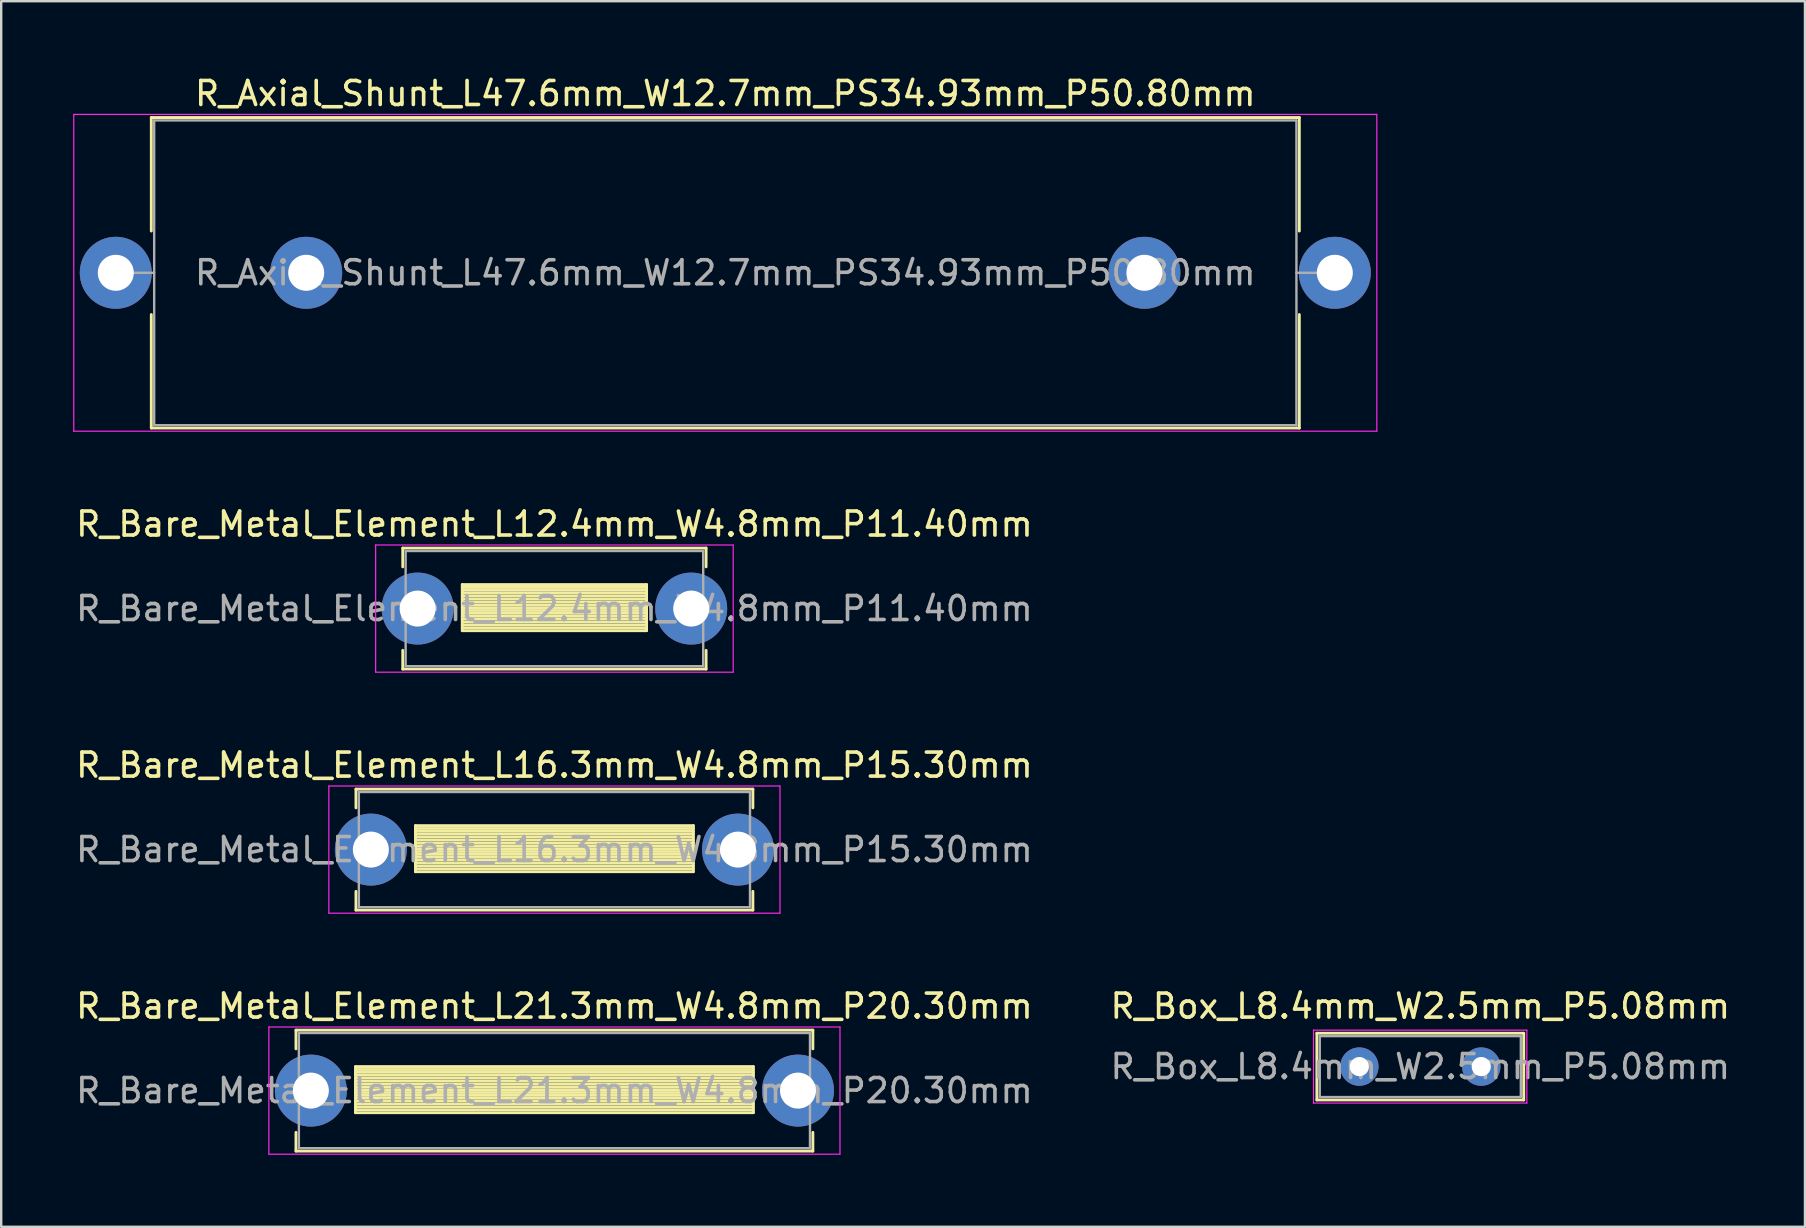
<source format=kicad_pcb>
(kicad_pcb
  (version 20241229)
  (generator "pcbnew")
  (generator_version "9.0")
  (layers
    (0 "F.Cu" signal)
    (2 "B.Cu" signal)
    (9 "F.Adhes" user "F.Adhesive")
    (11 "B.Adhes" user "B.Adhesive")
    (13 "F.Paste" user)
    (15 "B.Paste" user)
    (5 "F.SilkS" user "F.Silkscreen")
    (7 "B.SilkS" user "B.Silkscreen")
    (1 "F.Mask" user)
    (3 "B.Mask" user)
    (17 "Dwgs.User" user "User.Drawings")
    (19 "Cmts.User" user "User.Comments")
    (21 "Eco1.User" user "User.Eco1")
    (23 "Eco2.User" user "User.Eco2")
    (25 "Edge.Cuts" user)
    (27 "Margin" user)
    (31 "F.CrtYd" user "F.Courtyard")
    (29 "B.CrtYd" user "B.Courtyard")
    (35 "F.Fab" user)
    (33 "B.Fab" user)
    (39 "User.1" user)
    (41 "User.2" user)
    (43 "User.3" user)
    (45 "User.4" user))
  (footprint "R_Bare_Metal_Element_L16.3mm_W4.8mm_P15.30mm"
    (layer "F.Cu")
    (at 12.404 32.355)
    (property "Reference" "R_Bare_Metal_Element_L16.3mm_W4.8mm_P15.30mm" (at 7.65 -3.52 0) (layer "F.SilkS") (effects (font (size 1 1) (thickness 0.15))))
    (attr through_hole)
    (fp_line (start -0.62 -2.52) (end 15.92 -2.52) (stroke (width 0.12) (type solid)) (layer "F.SilkS"))
    (fp_line (start -0.62 -1.74) (end -0.62 -2.52) (stroke (width 0.12) (type solid)) (layer "F.SilkS"))
    (fp_line (start -0.62 1.74) (end -0.62 2.52) (stroke (width 0.12) (type solid)) (layer "F.SilkS"))
    (fp_line (start -0.62 2.52) (end 15.92 2.52) (stroke (width 0.12) (type solid)) (layer "F.SilkS"))
    (fp_line (start 1.86 -1) (end 1.86 0.92) (stroke (width 0.12) (type solid)) (layer "F.SilkS"))
    (fp_line (start 1.86 -1) (end 13.44 -1) (stroke (width 0.12) (type solid)) (layer "F.SilkS"))
    (fp_line (start 1.86 -0.88) (end 13.44 -0.88) (stroke (width 0.12) (type solid)) (layer "F.SilkS"))
    (fp_line (start 1.86 -0.76) (end 13.44 -0.76) (stroke (width 0.12) (type solid)) (layer "F.SilkS"))
    (fp_line (start 1.86 -0.64) (end 13.44 -0.64) (stroke (width 0.12) (type solid)) (layer "F.SilkS"))
    (fp_line (start 1.86 -0.52) (end 13.44 -0.52) (stroke (width 0.12) (type solid)) (layer "F.SilkS"))
    (fp_line (start 1.86 -0.4) (end 13.44 -0.4) (stroke (width 0.12) (type solid)) (layer "F.SilkS"))
    (fp_line (start 1.86 -0.28) (end 13.44 -0.28) (stroke (width 0.12) (type solid)) (layer "F.SilkS"))
    (fp_line (start 1.86 -0.16) (end 13.44 -0.16) (stroke (width 0.12) (type solid)) (layer "F.SilkS"))
    (fp_line (start 1.86 -0.04) (end 13.44 -0.04) (stroke (width 0.12) (type solid)) (layer "F.SilkS"))
    (fp_line (start 1.86 0.08) (end 13.44 0.08) (stroke (width 0.12) (type solid)) (layer "F.SilkS"))
    (fp_line (start 1.86 0.2) (end 13.44 0.2) (stroke (width 0.12) (type solid)) (layer "F.SilkS"))
    (fp_line (start 1.86 0.32) (end 13.44 0.32) (stroke (width 0.12) (type solid)) (layer "F.SilkS"))
    (fp_line (start 1.86 0.44) (end 13.44 0.44) (stroke (width 0.12) (type solid)) (layer "F.SilkS"))
    (fp_line (start 1.86 0.56) (end 13.44 0.56) (stroke (width 0.12) (type solid)) (layer "F.SilkS"))
    (fp_line (start 1.86 0.68) (end 13.44 0.68) (stroke (width 0.12) (type solid)) (layer "F.SilkS"))
    (fp_line (start 1.86 0.8) (end 13.44 0.8) (stroke (width 0.12) (type solid)) (layer "F.SilkS"))
    (fp_line (start 1.86 0.92) (end 13.44 0.92) (stroke (width 0.12) (type solid)) (layer "F.SilkS"))
    (fp_line (start 13.44 -1) (end 13.44 0.92) (stroke (width 0.12) (type solid)) (layer "F.SilkS"))
    (fp_line (start 15.92 -2.52) (end 15.92 -1.74) (stroke (width 0.12) (type solid)) (layer "F.SilkS"))
    (fp_line (start 15.92 2.52) (end 15.92 1.74) (stroke (width 0.12) (type solid)) (layer "F.SilkS"))
    (fp_line (start -1.75 -2.65) (end -1.75 2.65) (stroke (width 0.05) (type solid)) (layer "F.CrtYd"))
    (fp_line (start -1.75 2.65) (end 17.05 2.65) (stroke (width 0.05) (type solid)) (layer "F.CrtYd"))
    (fp_line (start 17.05 -2.65) (end -1.75 -2.65) (stroke (width 0.05) (type solid)) (layer "F.CrtYd"))
    (fp_line (start 17.05 2.65) (end 17.05 -2.65) (stroke (width 0.05) (type solid)) (layer "F.CrtYd"))
    (fp_line (start -0.5 -2.4) (end -0.5 2.4) (stroke (width 0.1) (type solid)) (layer "F.Fab"))
    (fp_line (start -0.5 2.4) (end 15.8 2.4) (stroke (width 0.1) (type solid)) (layer "F.Fab"))
    (fp_line (start 15.8 -2.4) (end -0.5 -2.4) (stroke (width 0.1) (type solid)) (layer "F.Fab"))
    (fp_line (start 15.8 2.4) (end 15.8 -2.4) (stroke (width 0.1) (type solid)) (layer "F.Fab"))
    (fp_text user "${REFERENCE}" (at 7.65 0 0) (layer "F.Fab") (effects (font (size 1 1) (thickness 0.15))))
    (pad "1" thru_hole circle (at 0 0) (size 3 3) (drill 1.5) (layers "*.Cu" "*.Mask"))
    (pad "2" thru_hole oval (at 15.3 0) (size 3 3) (drill 1.5) (layers "*.Cu" "*.Mask")))
  (footprint "R_Bare_Metal_Element_L21.3mm_W4.8mm_P20.30mm"
    (layer "F.Cu")
    (at 9.904 42.398)
    (property "Reference" "R_Bare_Metal_Element_L21.3mm_W4.8mm_P20.30mm" (at 10.15 -3.52 0) (layer "F.SilkS") (effects (font (size 1 1) (thickness 0.15))))
    (attr through_hole)
    (fp_line (start -0.62 -2.52) (end 20.92 -2.52) (stroke (width 0.12) (type solid)) (layer "F.SilkS"))
    (fp_line (start -0.62 -1.74) (end -0.62 -2.52) (stroke (width 0.12) (type solid)) (layer "F.SilkS"))
    (fp_line (start -0.62 1.74) (end -0.62 2.52) (stroke (width 0.12) (type solid)) (layer "F.SilkS"))
    (fp_line (start -0.62 2.52) (end 20.92 2.52) (stroke (width 0.12) (type solid)) (layer "F.SilkS"))
    (fp_line (start 1.86 -1) (end 1.86 0.92) (stroke (width 0.12) (type solid)) (layer "F.SilkS"))
    (fp_line (start 1.86 -1) (end 18.44 -1) (stroke (width 0.12) (type solid)) (layer "F.SilkS"))
    (fp_line (start 1.86 -0.88) (end 18.44 -0.88) (stroke (width 0.12) (type solid)) (layer "F.SilkS"))
    (fp_line (start 1.86 -0.76) (end 18.44 -0.76) (stroke (width 0.12) (type solid)) (layer "F.SilkS"))
    (fp_line (start 1.86 -0.64) (end 18.44 -0.64) (stroke (width 0.12) (type solid)) (layer "F.SilkS"))
    (fp_line (start 1.86 -0.52) (end 18.44 -0.52) (stroke (width 0.12) (type solid)) (layer "F.SilkS"))
    (fp_line (start 1.86 -0.4) (end 18.44 -0.4) (stroke (width 0.12) (type solid)) (layer "F.SilkS"))
    (fp_line (start 1.86 -0.28) (end 18.44 -0.28) (stroke (width 0.12) (type solid)) (layer "F.SilkS"))
    (fp_line (start 1.86 -0.16) (end 18.44 -0.16) (stroke (width 0.12) (type solid)) (layer "F.SilkS"))
    (fp_line (start 1.86 -0.04) (end 18.44 -0.04) (stroke (width 0.12) (type solid)) (layer "F.SilkS"))
    (fp_line (start 1.86 0.08) (end 18.44 0.08) (stroke (width 0.12) (type solid)) (layer "F.SilkS"))
    (fp_line (start 1.86 0.2) (end 18.44 0.2) (stroke (width 0.12) (type solid)) (layer "F.SilkS"))
    (fp_line (start 1.86 0.32) (end 18.44 0.32) (stroke (width 0.12) (type solid)) (layer "F.SilkS"))
    (fp_line (start 1.86 0.44) (end 18.44 0.44) (stroke (width 0.12) (type solid)) (layer "F.SilkS"))
    (fp_line (start 1.86 0.56) (end 18.44 0.56) (stroke (width 0.12) (type solid)) (layer "F.SilkS"))
    (fp_line (start 1.86 0.68) (end 18.44 0.68) (stroke (width 0.12) (type solid)) (layer "F.SilkS"))
    (fp_line (start 1.86 0.8) (end 18.44 0.8) (stroke (width 0.12) (type solid)) (layer "F.SilkS"))
    (fp_line (start 1.86 0.92) (end 18.44 0.92) (stroke (width 0.12) (type solid)) (layer "F.SilkS"))
    (fp_line (start 18.44 -1) (end 18.44 0.92) (stroke (width 0.12) (type solid)) (layer "F.SilkS"))
    (fp_line (start 20.92 -2.52) (end 20.92 -1.74) (stroke (width 0.12) (type solid)) (layer "F.SilkS"))
    (fp_line (start 20.92 2.52) (end 20.92 1.74) (stroke (width 0.12) (type solid)) (layer "F.SilkS"))
    (fp_line (start -1.75 -2.65) (end -1.75 2.65) (stroke (width 0.05) (type solid)) (layer "F.CrtYd"))
    (fp_line (start -1.75 2.65) (end 22.05 2.65) (stroke (width 0.05) (type solid)) (layer "F.CrtYd"))
    (fp_line (start 22.05 -2.65) (end -1.75 -2.65) (stroke (width 0.05) (type solid)) (layer "F.CrtYd"))
    (fp_line (start 22.05 2.65) (end 22.05 -2.65) (stroke (width 0.05) (type solid)) (layer "F.CrtYd"))
    (fp_line (start -0.5 -2.4) (end -0.5 2.4) (stroke (width 0.1) (type solid)) (layer "F.Fab"))
    (fp_line (start -0.5 2.4) (end 20.8 2.4) (stroke (width 0.1) (type solid)) (layer "F.Fab"))
    (fp_line (start 20.8 -2.4) (end -0.5 -2.4) (stroke (width 0.1) (type solid)) (layer "F.Fab"))
    (fp_line (start 20.8 2.4) (end 20.8 -2.4) (stroke (width 0.1) (type solid)) (layer "F.Fab"))
    (fp_text user "${REFERENCE}" (at 10.15 0 0) (layer "F.Fab") (effects (font (size 1 1) (thickness 0.15))))
    (pad "1" thru_hole circle (at 0 0) (size 3 3) (drill 1.5) (layers "*.Cu" "*.Mask"))
    (pad "2" thru_hole oval (at 20.3 0) (size 3 3) (drill 1.5) (layers "*.Cu" "*.Mask")))
  (footprint "R_Box_L8.4mm_W2.5mm_P5.08mm"
    (layer "F.Cu")
    (at 53.597 41.398)
    (property "Reference" "R_Box_L8.4mm_W2.5mm_P5.08mm" (at 2.54 -2.52 0) (layer "F.SilkS") (effects (font (size 1 1) (thickness 0.15))))
    (attr through_hole)
    (fp_line (start -1.77 -1.39) (end -1.77 1.39) (stroke (width 0.12) (type solid)) (layer "F.SilkS"))
    (fp_line (start -1.77 -1.39) (end 6.85 -1.39) (stroke (width 0.12) (type solid)) (layer "F.SilkS"))
    (fp_line (start -1.77 1.39) (end 6.85 1.39) (stroke (width 0.12) (type solid)) (layer "F.SilkS"))
    (fp_line (start 6.85 -1.39) (end 6.85 1.39) (stroke (width 0.12) (type solid)) (layer "F.SilkS"))
    (fp_line (start -1.91 -1.52) (end -1.91 1.52) (stroke (width 0.05) (type solid)) (layer "F.CrtYd"))
    (fp_line (start -1.91 1.52) (end 6.98 1.52) (stroke (width 0.05) (type solid)) (layer "F.CrtYd"))
    (fp_line (start 6.98 -1.52) (end -1.91 -1.52) (stroke (width 0.05) (type solid)) (layer "F.CrtYd"))
    (fp_line (start 6.98 1.52) (end 6.98 -1.52) (stroke (width 0.05) (type solid)) (layer "F.CrtYd"))
    (fp_line (start -1.65 -1.27) (end -1.65 1.27) (stroke (width 0.1) (type solid)) (layer "F.Fab"))
    (fp_line (start -1.65 1.27) (end 6.73 1.27) (stroke (width 0.1) (type solid)) (layer "F.Fab"))
    (fp_line (start 6.73 -1.27) (end -1.65 -1.27) (stroke (width 0.1) (type solid)) (layer "F.Fab"))
    (fp_line (start 6.73 1.27) (end 6.73 -1.27) (stroke (width 0.1) (type solid)) (layer "F.Fab"))
    (fp_text user "${REFERENCE}" (at 2.54 0 0) (layer "F.Fab") (effects (font (size 1 1) (thickness 0.15))))
    (pad "1" thru_hole circle (at 0 0) (size 1.6 1.6) (drill 0.8) (layers "*.Cu" "*.Mask"))
    (pad "2" thru_hole circle (at 5.08 0) (size 1.6 1.6) (drill 0.8) (layers "*.Cu" "*.Mask")))
  (footprint "R_Axial_Shunt_L47.6mm_W12.7mm_PS34.93mm_P50.80mm"
    (layer "F.Cu")
    (at 1.775 8.318)
    (property "Reference" "R_Axial_Shunt_L47.6mm_W12.7mm_PS34.93mm_P50.80mm" (at 25.4 -7.47 0) (layer "F.SilkS") (effects (font (size 1 1) (thickness 0.15))))
    (attr through_hole)
    (fp_line (start 1.48 -6.47) (end 49.32 -6.47) (stroke (width 0.12) (type solid)) (layer "F.SilkS"))
    (fp_line (start 1.48 -1.74) (end 1.48 -6.47) (stroke (width 0.12) (type solid)) (layer "F.SilkS"))
    (fp_line (start 1.48 1.74) (end 1.48 6.47) (stroke (width 0.12) (type solid)) (layer "F.SilkS"))
    (fp_line (start 1.48 6.47) (end 49.32 6.47) (stroke (width 0.12) (type solid)) (layer "F.SilkS"))
    (fp_line (start 49.32 -6.47) (end 49.32 -1.74) (stroke (width 0.12) (type solid)) (layer "F.SilkS"))
    (fp_line (start 49.32 6.47) (end 49.32 1.74) (stroke (width 0.12) (type solid)) (layer "F.SilkS"))
    (fp_line (start -1.75 -6.6) (end -1.75 6.6) (stroke (width 0.05) (type solid)) (layer "F.CrtYd"))
    (fp_line (start -1.75 6.6) (end 52.55 6.6) (stroke (width 0.05) (type solid)) (layer "F.CrtYd"))
    (fp_line (start 52.55 -6.6) (end -1.75 -6.6) (stroke (width 0.05) (type solid)) (layer "F.CrtYd"))
    (fp_line (start 52.55 6.6) (end 52.55 -6.6) (stroke (width 0.05) (type solid)) (layer "F.CrtYd"))
    (fp_line (start 0 0) (end 1.6 0) (stroke (width 0.1) (type solid)) (layer "F.Fab"))
    (fp_line (start 1.6 -6.35) (end 1.6 6.35) (stroke (width 0.1) (type solid)) (layer "F.Fab"))
    (fp_line (start 1.6 6.35) (end 49.2 6.35) (stroke (width 0.1) (type solid)) (layer "F.Fab"))
    (fp_line (start 49.2 -6.35) (end 1.6 -6.35) (stroke (width 0.1) (type solid)) (layer "F.Fab"))
    (fp_line (start 49.2 6.35) (end 49.2 -6.35) (stroke (width 0.1) (type solid)) (layer "F.Fab"))
    (fp_line (start 50.8 0) (end 49.2 0) (stroke (width 0.1) (type solid)) (layer "F.Fab"))
    (fp_text user "${REFERENCE}" (at 25.4 0 0) (layer "F.Fab") (effects (font (size 1 1) (thickness 0.15))))
    (pad "1" thru_hole circle (at 0 0) (size 3 3) (drill 1.5) (layers "*.Cu" "*.Mask"))
    (pad "2" thru_hole oval (at 7.935 0) (size 3 3) (drill 1.5) (layers "*.Cu" "*.Mask"))
    (pad "3" thru_hole oval (at 42.865 0) (size 3 3) (drill 1.5) (layers "*.Cu" "*.Mask"))
    (pad "4" thru_hole oval (at 50.8 0) (size 3 3) (drill 1.5) (layers "*.Cu" "*.Mask")))
  (footprint "R_Bare_Metal_Element_L12.4mm_W4.8mm_P11.40mm"
    (layer "F.Cu")
    (at 14.354 22.311)
    (property "Reference" "R_Bare_Metal_Element_L12.4mm_W4.8mm_P11.40mm" (at 5.7 -3.52 0) (layer "F.SilkS") (effects (font (size 1 1) (thickness 0.15))))
    (attr through_hole)
    (fp_line (start -0.62 -2.52) (end 12.02 -2.52) (stroke (width 0.12) (type solid)) (layer "F.SilkS"))
    (fp_line (start -0.62 -1.74) (end -0.62 -2.52) (stroke (width 0.12) (type solid)) (layer "F.SilkS"))
    (fp_line (start -0.62 1.74) (end -0.62 2.52) (stroke (width 0.12) (type solid)) (layer "F.SilkS"))
    (fp_line (start -0.62 2.52) (end 12.02 2.52) (stroke (width 0.12) (type solid)) (layer "F.SilkS"))
    (fp_line (start 1.86 -1) (end 1.86 0.92) (stroke (width 0.12) (type solid)) (layer "F.SilkS"))
    (fp_line (start 1.86 -1) (end 9.54 -1) (stroke (width 0.12) (type solid)) (layer "F.SilkS"))
    (fp_line (start 1.86 -0.88) (end 9.54 -0.88) (stroke (width 0.12) (type solid)) (layer "F.SilkS"))
    (fp_line (start 1.86 -0.76) (end 9.54 -0.76) (stroke (width 0.12) (type solid)) (layer "F.SilkS"))
    (fp_line (start 1.86 -0.64) (end 9.54 -0.64) (stroke (width 0.12) (type solid)) (layer "F.SilkS"))
    (fp_line (start 1.86 -0.52) (end 9.54 -0.52) (stroke (width 0.12) (type solid)) (layer "F.SilkS"))
    (fp_line (start 1.86 -0.4) (end 9.54 -0.4) (stroke (width 0.12) (type solid)) (layer "F.SilkS"))
    (fp_line (start 1.86 -0.28) (end 9.54 -0.28) (stroke (width 0.12) (type solid)) (layer "F.SilkS"))
    (fp_line (start 1.86 -0.16) (end 9.54 -0.16) (stroke (width 0.12) (type solid)) (layer "F.SilkS"))
    (fp_line (start 1.86 -0.04) (end 9.54 -0.04) (stroke (width 0.12) (type solid)) (layer "F.SilkS"))
    (fp_line (start 1.86 0.08) (end 9.54 0.08) (stroke (width 0.12) (type solid)) (layer "F.SilkS"))
    (fp_line (start 1.86 0.2) (end 9.54 0.2) (stroke (width 0.12) (type solid)) (layer "F.SilkS"))
    (fp_line (start 1.86 0.32) (end 9.54 0.32) (stroke (width 0.12) (type solid)) (layer "F.SilkS"))
    (fp_line (start 1.86 0.44) (end 9.54 0.44) (stroke (width 0.12) (type solid)) (layer "F.SilkS"))
    (fp_line (start 1.86 0.56) (end 9.54 0.56) (stroke (width 0.12) (type solid)) (layer "F.SilkS"))
    (fp_line (start 1.86 0.68) (end 9.54 0.68) (stroke (width 0.12) (type solid)) (layer "F.SilkS"))
    (fp_line (start 1.86 0.8) (end 9.54 0.8) (stroke (width 0.12) (type solid)) (layer "F.SilkS"))
    (fp_line (start 1.86 0.92) (end 9.54 0.92) (stroke (width 0.12) (type solid)) (layer "F.SilkS"))
    (fp_line (start 9.54 -1) (end 9.54 0.92) (stroke (width 0.12) (type solid)) (layer "F.SilkS"))
    (fp_line (start 12.02 -2.52) (end 12.02 -1.74) (stroke (width 0.12) (type solid)) (layer "F.SilkS"))
    (fp_line (start 12.02 2.52) (end 12.02 1.74) (stroke (width 0.12) (type solid)) (layer "F.SilkS"))
    (fp_line (start -1.75 -2.65) (end -1.75 2.65) (stroke (width 0.05) (type solid)) (layer "F.CrtYd"))
    (fp_line (start -1.75 2.65) (end 13.15 2.65) (stroke (width 0.05) (type solid)) (layer "F.CrtYd"))
    (fp_line (start 13.15 -2.65) (end -1.75 -2.65) (stroke (width 0.05) (type solid)) (layer "F.CrtYd"))
    (fp_line (start 13.15 2.65) (end 13.15 -2.65) (stroke (width 0.05) (type solid)) (layer "F.CrtYd"))
    (fp_line (start -0.5 -2.4) (end -0.5 2.4) (stroke (width 0.1) (type solid)) (layer "F.Fab"))
    (fp_line (start -0.5 2.4) (end 11.9 2.4) (stroke (width 0.1) (type solid)) (layer "F.Fab"))
    (fp_line (start 11.9 -2.4) (end -0.5 -2.4) (stroke (width 0.1) (type solid)) (layer "F.Fab"))
    (fp_line (start 11.9 2.4) (end 11.9 -2.4) (stroke (width 0.1) (type solid)) (layer "F.Fab"))
    (fp_text user "${REFERENCE}" (at 5.7 0 0) (layer "F.Fab") (effects (font (size 1 1) (thickness 0.15))))
    (pad "1" thru_hole circle (at 0 0) (size 3 3) (drill 1.5) (layers "*.Cu" "*.Mask"))
    (pad "2" thru_hole oval (at 11.4 0) (size 3 3) (drill 1.5) (layers "*.Cu" "*.Mask")))
  (gr_rect
    (start -3 -3)
    (end 72.167 48.073)
    (stroke (width 0.1) (type default))
    (fill no)
    (layer "Edge.Cuts")))
</source>
